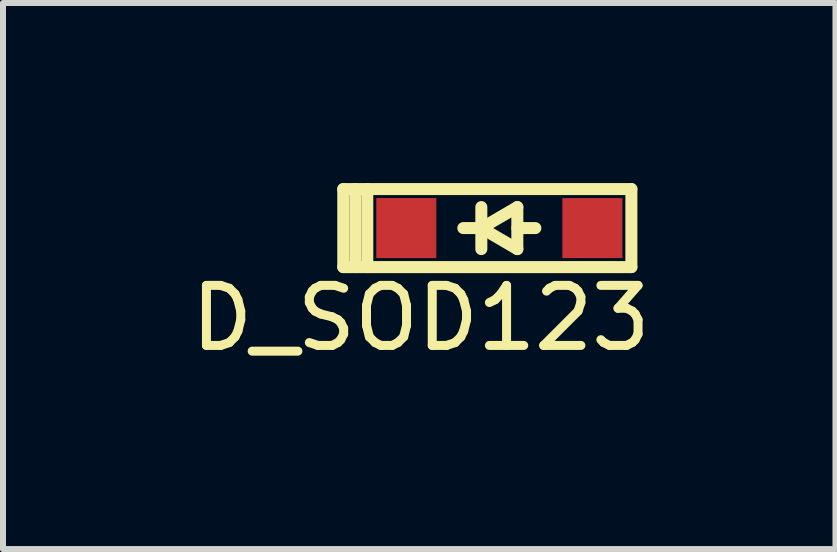
<source format=kicad_pcb>
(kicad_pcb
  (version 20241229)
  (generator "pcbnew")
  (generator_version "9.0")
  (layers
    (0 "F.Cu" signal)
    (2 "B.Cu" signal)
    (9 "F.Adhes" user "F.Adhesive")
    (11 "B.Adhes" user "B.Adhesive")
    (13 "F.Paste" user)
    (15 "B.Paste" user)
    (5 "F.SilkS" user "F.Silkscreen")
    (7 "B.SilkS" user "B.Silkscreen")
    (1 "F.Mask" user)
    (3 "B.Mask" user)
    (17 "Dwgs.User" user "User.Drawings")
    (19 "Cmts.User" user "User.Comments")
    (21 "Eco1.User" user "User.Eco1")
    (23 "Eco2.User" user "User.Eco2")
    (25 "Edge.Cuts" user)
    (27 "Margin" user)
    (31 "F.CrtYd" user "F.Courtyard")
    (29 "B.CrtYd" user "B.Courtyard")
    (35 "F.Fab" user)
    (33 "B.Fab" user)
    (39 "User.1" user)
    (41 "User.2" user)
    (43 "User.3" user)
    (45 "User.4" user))
  (footprint "D_SOD123"
    (layer "F.Cu")
    (at 5.269 0.75)
    (property "Reference" "D_SOD123" (at 2.6 1.5 0) (layer "F.SilkS") (effects (font (size 1 1) (thickness 0.15)) (justify right)))
    (attr smd)
    (fp_line (start -2.6 -0.65) (end -2.6 0.65) (stroke (width 0.2) (type solid)) (layer "F.SilkS"))
    (fp_line (start -2.6 -0.65) (end 2.2 -0.65) (stroke (width 0.2) (type solid)) (layer "F.SilkS"))
    (fp_line (start -2.6 0.65) (end 2.2 0.65) (stroke (width 0.2) (type solid)) (layer "F.SilkS"))
    (fp_line (start -2.4 -0.65) (end -2.4 0.65) (stroke (width 0.2) (type solid)) (layer "F.SilkS"))
    (fp_line (start -2.2 -0.65) (end -2.2 0.65) (stroke (width 0.2) (type solid)) (layer "F.SilkS"))
    (fp_line (start -0.3 -0.35) (end -0.3 0.35) (stroke (width 0.2) (type solid)) (layer "F.SilkS"))
    (fp_line (start -0.3 0) (end -0.6 0) (stroke (width 0.2) (type solid)) (layer "F.SilkS"))
    (fp_line (start -0.3 0) (end 0.3 -0.35) (stroke (width 0.2) (type solid)) (layer "F.SilkS"))
    (fp_line (start 0.3 -0.35) (end 0.3 0.35) (stroke (width 0.2) (type solid)) (layer "F.SilkS"))
    (fp_line (start 0.3 0) (end 0.6 0) (stroke (width 0.2) (type solid)) (layer "F.SilkS"))
    (fp_line (start 0.3 0.35) (end -0.3 0) (stroke (width 0.2) (type solid)) (layer "F.SilkS"))
    (fp_line (start 2.2 -0.65) (end 2.2 0.65) (stroke (width 0.2) (type solid)) (layer "F.SilkS"))
    (pad "1" smd rect (at -1.55 0) (size 1 1) (layers "F.Cu" "F.Mask" "F.Paste"))
    (pad "2" smd rect (at 1.55 0) (size 1 1) (layers "F.Cu" "F.Mask" "F.Paste")))
  (gr_rect
    (start -3 -3)
    (end 10.869 6.098)
    (stroke (width 0.1) (type default))
    (fill no)
    (layer "Edge.Cuts")))
</source>
